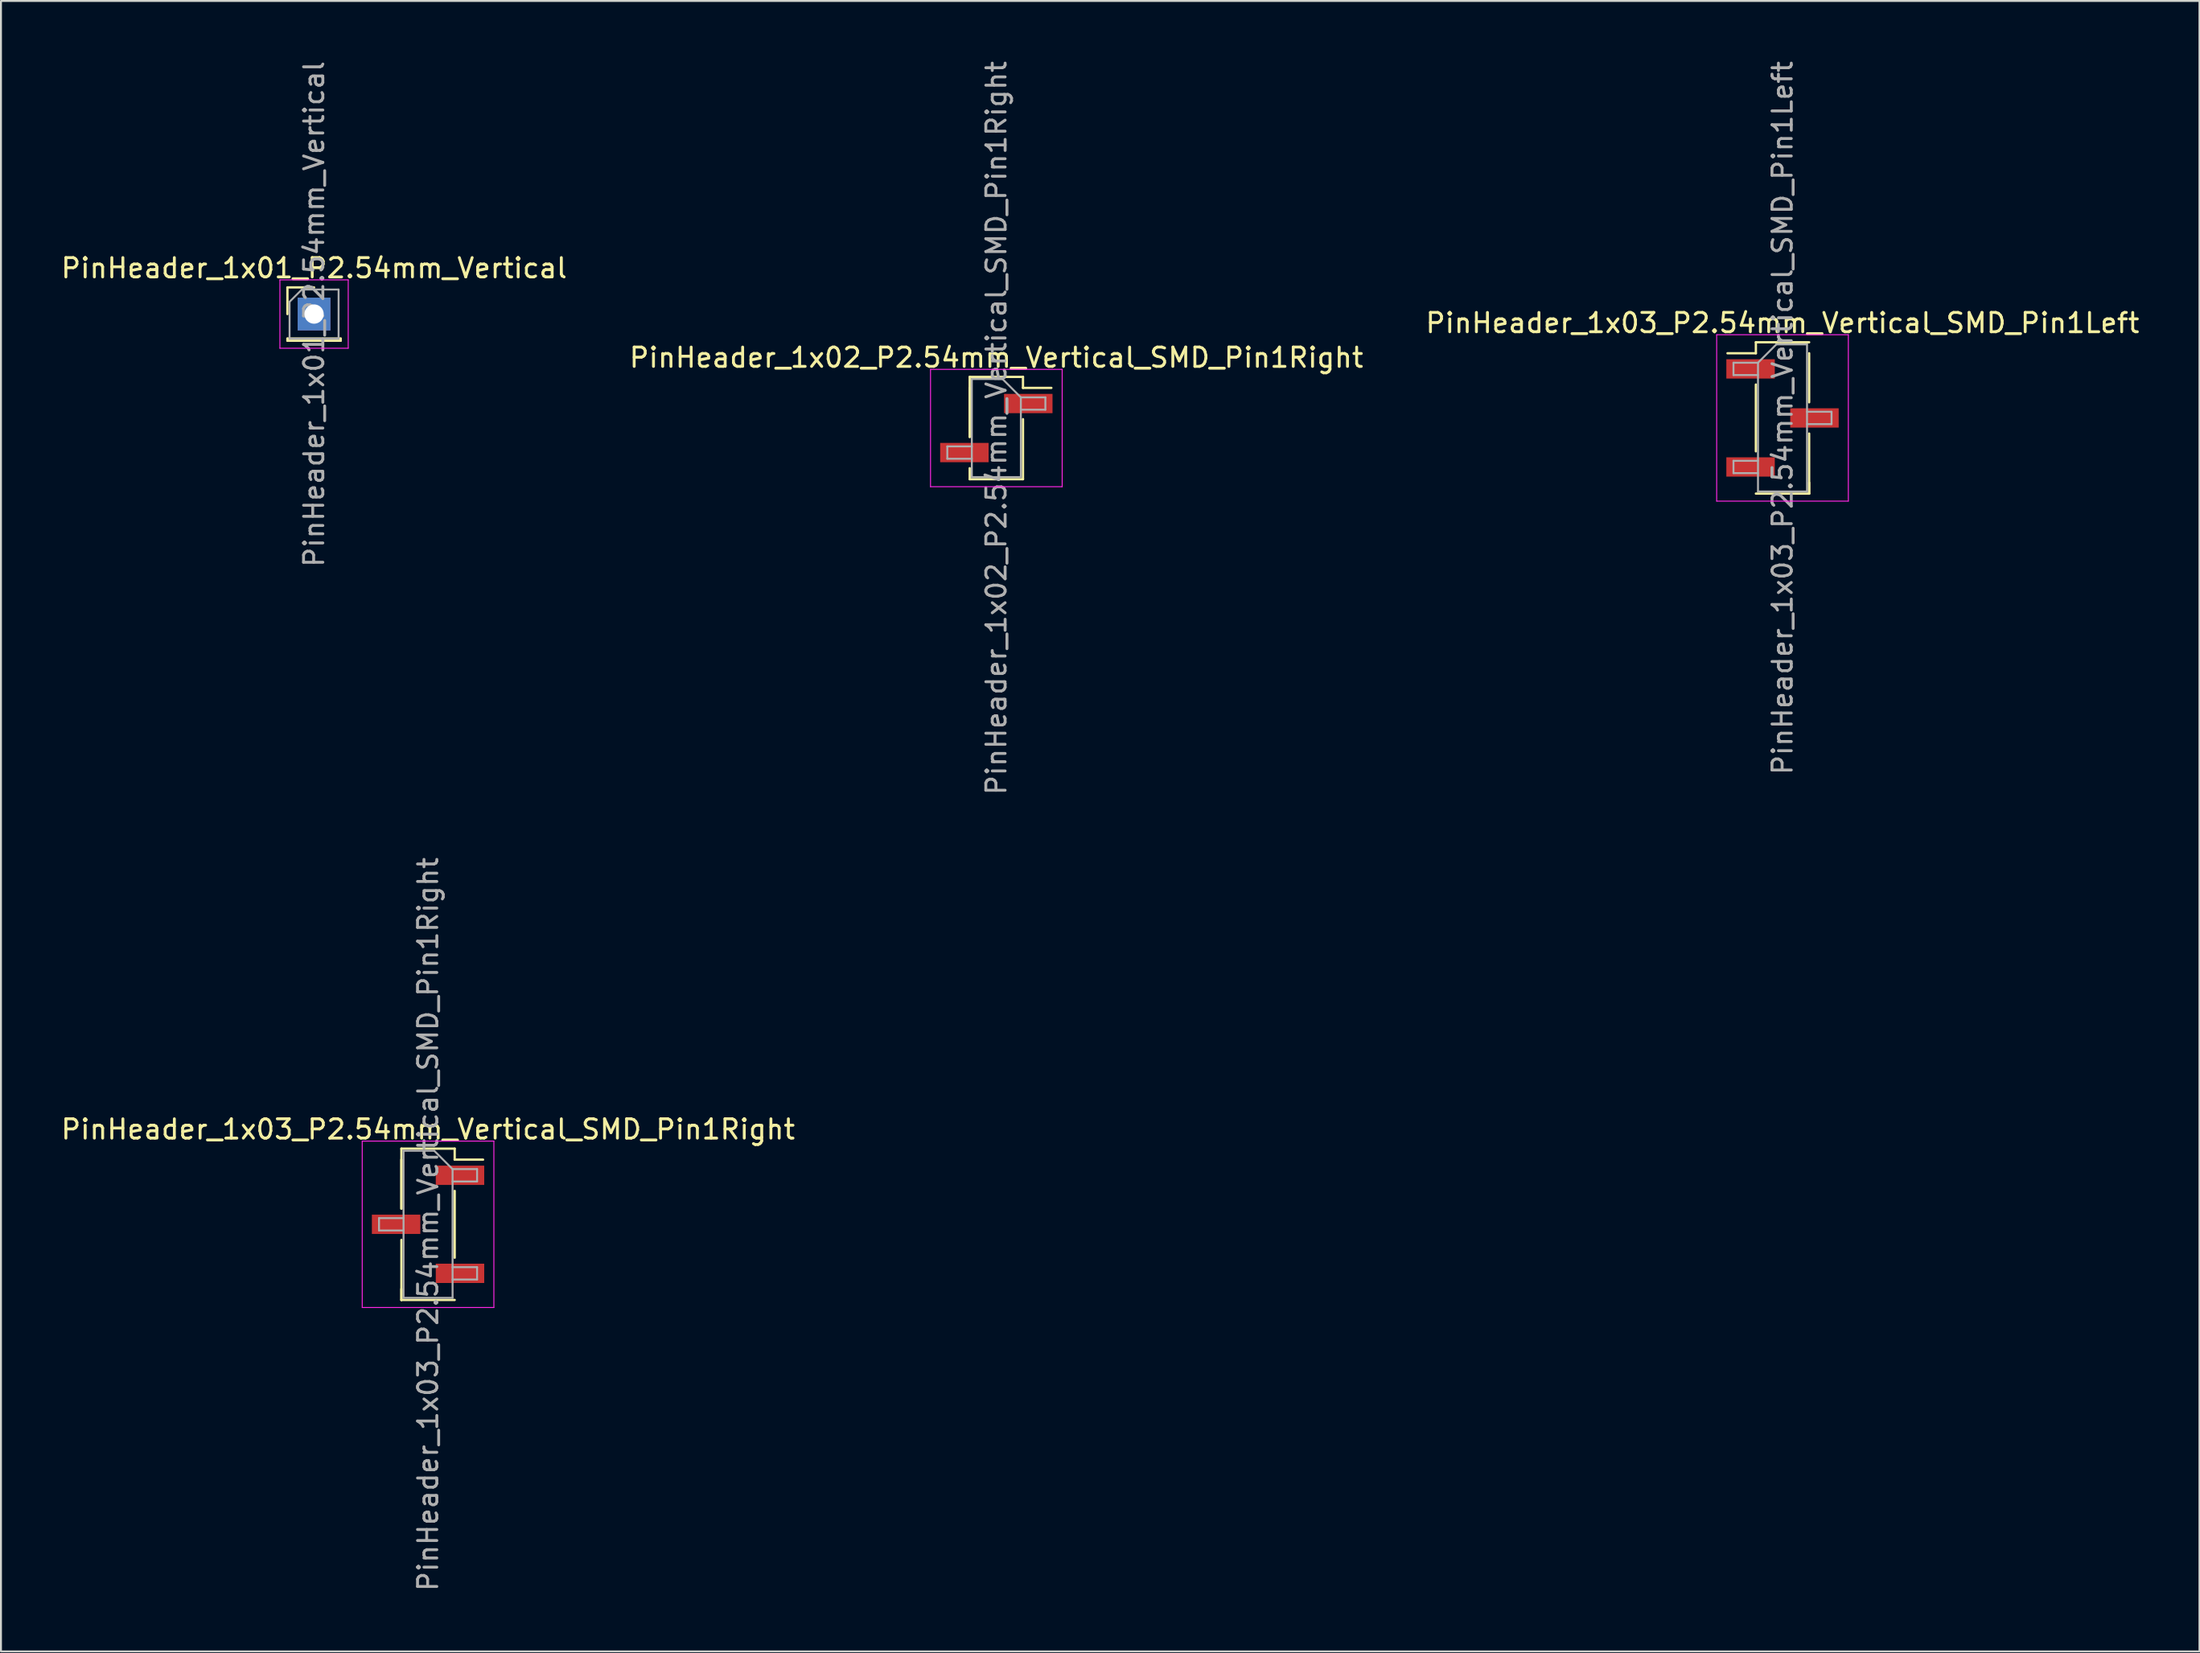
<source format=kicad_pcb>
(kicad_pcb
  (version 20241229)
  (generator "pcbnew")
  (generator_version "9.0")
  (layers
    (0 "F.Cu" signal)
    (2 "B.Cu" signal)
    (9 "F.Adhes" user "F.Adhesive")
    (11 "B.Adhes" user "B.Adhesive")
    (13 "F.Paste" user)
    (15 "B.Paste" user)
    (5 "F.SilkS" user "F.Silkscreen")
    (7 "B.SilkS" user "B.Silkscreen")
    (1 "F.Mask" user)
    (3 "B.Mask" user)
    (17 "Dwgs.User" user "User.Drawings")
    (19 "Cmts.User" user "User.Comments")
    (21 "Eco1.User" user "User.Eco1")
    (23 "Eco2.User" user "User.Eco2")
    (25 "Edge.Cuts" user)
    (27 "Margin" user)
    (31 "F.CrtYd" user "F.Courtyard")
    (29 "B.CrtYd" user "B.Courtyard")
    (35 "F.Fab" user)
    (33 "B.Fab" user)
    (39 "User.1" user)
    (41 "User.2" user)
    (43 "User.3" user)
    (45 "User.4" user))
  (footprint "PinHeader_1x03_P2.54mm_Vertical_SMD_Pin1Right"
    (layer "F.Cu")
    (at 19.125 60.375)
    (property "Reference" "PinHeader_1x03_P2.54mm_Vertical_SMD_Pin1Right" (at 0 -4.92 0) (layer "F.SilkS") (effects (font (size 1 1) (thickness 0.15))))
    (attr smd)
    (fp_line (start -1.38 -3.92) (end -1.38 -0.81) (stroke (width 0.12) (type solid)) (layer "F.SilkS"))
    (fp_line (start -1.38 -3.92) (end 1.38 -3.92) (stroke (width 0.12) (type solid)) (layer "F.SilkS"))
    (fp_line (start -1.38 -3.35) (end -1.38 -0.81) (stroke (width 0.12) (type solid)) (layer "F.SilkS"))
    (fp_line (start -1.38 0.81) (end -1.38 3.92) (stroke (width 0.12) (type solid)) (layer "F.SilkS"))
    (fp_line (start -1.38 3.35) (end -1.38 3.92) (stroke (width 0.12) (type solid)) (layer "F.SilkS"))
    (fp_line (start -1.38 3.92) (end 1.38 3.92) (stroke (width 0.12) (type solid)) (layer "F.SilkS"))
    (fp_line (start 1.38 -3.92) (end 1.38 -3.35) (stroke (width 0.12) (type solid)) (layer "F.SilkS"))
    (fp_line (start 1.38 -3.35) (end 2.85 -3.35) (stroke (width 0.12) (type solid)) (layer "F.SilkS"))
    (fp_line (start 1.38 -1.73) (end 1.38 1.73) (stroke (width 0.12) (type solid)) (layer "F.SilkS"))
    (fp_line (start -3.41 -4.31) (end -3.41 4.31) (stroke (width 0.05) (type solid)) (layer "F.CrtYd"))
    (fp_line (start -3.41 4.31) (end 3.41 4.31) (stroke (width 0.05) (type solid)) (layer "F.CrtYd"))
    (fp_line (start 3.41 -4.31) (end -3.41 -4.31) (stroke (width 0.05) (type solid)) (layer "F.CrtYd"))
    (fp_line (start 3.41 4.31) (end 3.41 -4.31) (stroke (width 0.05) (type solid)) (layer "F.CrtYd"))
    (fp_line (start -2.54 -0.32) (end -2.54 0.32) (stroke (width 0.1) (type solid)) (layer "F.Fab"))
    (fp_line (start -2.54 0.32) (end -1.27 0.32) (stroke (width 0.1) (type solid)) (layer "F.Fab"))
    (fp_line (start -1.27 -3.81) (end -1.27 3.81) (stroke (width 0.1) (type solid)) (layer "F.Fab"))
    (fp_line (start -1.27 -3.81) (end 0.32 -3.81) (stroke (width 0.1) (type solid)) (layer "F.Fab"))
    (fp_line (start -1.27 -0.32) (end -2.54 -0.32) (stroke (width 0.1) (type solid)) (layer "F.Fab"))
    (fp_line (start 1.27 -2.86) (end 0.32 -3.81) (stroke (width 0.1) (type solid)) (layer "F.Fab"))
    (fp_line (start 1.27 -2.86) (end 2.54 -2.86) (stroke (width 0.1) (type solid)) (layer "F.Fab"))
    (fp_line (start 1.27 2.22) (end 2.54 2.22) (stroke (width 0.1) (type solid)) (layer "F.Fab"))
    (fp_line (start 1.27 3.81) (end -1.27 3.81) (stroke (width 0.1) (type solid)) (layer "F.Fab"))
    (fp_line (start 1.27 3.81) (end 1.27 -2.86) (stroke (width 0.1) (type solid)) (layer "F.Fab"))
    (fp_line (start 2.54 -2.86) (end 2.54 -2.22) (stroke (width 0.1) (type solid)) (layer "F.Fab"))
    (fp_line (start 2.54 -2.22) (end 1.27 -2.22) (stroke (width 0.1) (type solid)) (layer "F.Fab"))
    (fp_line (start 2.54 2.22) (end 2.54 2.86) (stroke (width 0.1) (type solid)) (layer "F.Fab"))
    (fp_line (start 2.54 2.86) (end 1.27 2.86) (stroke (width 0.1) (type solid)) (layer "F.Fab"))
    (fp_text user "${REFERENCE}" (at 0 0 90) (layer "F.Fab") (effects (font (size 1 1) (thickness 0.15))))
    (pad "1" smd rect (at 1.655 -2.54) (size 2.51 1) (layers "F.Cu" "F.Mask" "F.Paste"))
    (pad "2" smd rect (at -1.655 0) (size 2.51 1) (layers "F.Cu" "F.Mask" "F.Paste"))
    (pad "3" smd rect (at 1.655 2.54) (size 2.51 1) (layers "F.Cu" "F.Mask" "F.Paste")))
  (footprint "PinHeader_1x01_P2.54mm_Vertical"
    (layer "F.Cu")
    (at 13.22 13.22)
    (property "Reference" "PinHeader_1x01_P2.54mm_Vertical" (at 0 -2.38 0) (layer "F.SilkS") (effects (font (size 1 1) (thickness 0.15))))
    (attr through_hole)
    (fp_line (start -1.38 -1.38) (end 0 -1.38) (stroke (width 0.12) (type solid)) (layer "F.SilkS"))
    (fp_line (start -1.38 0) (end -1.38 -1.38) (stroke (width 0.12) (type solid)) (layer "F.SilkS"))
    (fp_line (start -1.38 1.27) (end -1.38 1.38) (stroke (width 0.12) (type solid)) (layer "F.SilkS"))
    (fp_line (start -1.38 1.27) (end 1.38 1.27) (stroke (width 0.12) (type solid)) (layer "F.SilkS"))
    (fp_line (start -1.38 1.38) (end 1.38 1.38) (stroke (width 0.12) (type solid)) (layer "F.SilkS"))
    (fp_line (start 1.38 1.27) (end 1.38 1.38) (stroke (width 0.12) (type solid)) (layer "F.SilkS"))
    (fp_line (start -1.77 -1.77) (end -1.77 1.77) (stroke (width 0.05) (type solid)) (layer "F.CrtYd"))
    (fp_line (start -1.77 1.77) (end 1.77 1.77) (stroke (width 0.05) (type solid)) (layer "F.CrtYd"))
    (fp_line (start 1.77 -1.77) (end -1.77 -1.77) (stroke (width 0.05) (type solid)) (layer "F.CrtYd"))
    (fp_line (start 1.77 1.77) (end 1.77 -1.77) (stroke (width 0.05) (type solid)) (layer "F.CrtYd"))
    (fp_line (start -1.27 -0.635) (end -0.635 -1.27) (stroke (width 0.1) (type solid)) (layer "F.Fab"))
    (fp_line (start -1.27 1.27) (end -1.27 -0.635) (stroke (width 0.1) (type solid)) (layer "F.Fab"))
    (fp_line (start -0.635 -1.27) (end 1.27 -1.27) (stroke (width 0.1) (type solid)) (layer "F.Fab"))
    (fp_line (start 1.27 -1.27) (end 1.27 1.27) (stroke (width 0.1) (type solid)) (layer "F.Fab"))
    (fp_line (start 1.27 1.27) (end -1.27 1.27) (stroke (width 0.1) (type solid)) (layer "F.Fab"))
    (fp_text user "${REFERENCE}" (at 0 0 90) (layer "F.Fab") (effects (font (size 1 1) (thickness 0.15))))
    (pad "1" thru_hole rect (at 0 0) (size 1.7 1.7) (drill 1) (layers "*.Cu" "*.Mask")))
  (footprint "PinHeader_1x02_P2.54mm_Vertical_SMD_Pin1Right"
    (layer "F.Cu")
    (at 48.565 19.125)
    (property "Reference" "PinHeader_1x02_P2.54mm_Vertical_SMD_Pin1Right" (at 0 -3.65 0) (layer "F.SilkS") (effects (font (size 1 1) (thickness 0.15))))
    (attr smd)
    (fp_line (start -1.38 -2.65) (end -1.38 0.46) (stroke (width 0.12) (type solid)) (layer "F.SilkS"))
    (fp_line (start -1.38 -2.65) (end 1.38 -2.65) (stroke (width 0.12) (type solid)) (layer "F.SilkS"))
    (fp_line (start -1.38 -2.08) (end -1.38 0.46) (stroke (width 0.12) (type solid)) (layer "F.SilkS"))
    (fp_line (start -1.38 2.08) (end -1.38 2.65) (stroke (width 0.12) (type solid)) (layer "F.SilkS"))
    (fp_line (start -1.38 2.65) (end 1.38 2.65) (stroke (width 0.12) (type solid)) (layer "F.SilkS"))
    (fp_line (start 1.38 -2.65) (end 1.38 -2.08) (stroke (width 0.12) (type solid)) (layer "F.SilkS"))
    (fp_line (start 1.38 -2.08) (end 2.85 -2.08) (stroke (width 0.12) (type solid)) (layer "F.SilkS"))
    (fp_line (start 1.38 -0.46) (end 1.38 2.65) (stroke (width 0.12) (type solid)) (layer "F.SilkS"))
    (fp_line (start -3.41 -3.04) (end -3.41 3.04) (stroke (width 0.05) (type solid)) (layer "F.CrtYd"))
    (fp_line (start -3.41 3.04) (end 3.41 3.04) (stroke (width 0.05) (type solid)) (layer "F.CrtYd"))
    (fp_line (start 3.41 -3.04) (end -3.41 -3.04) (stroke (width 0.05) (type solid)) (layer "F.CrtYd"))
    (fp_line (start 3.41 3.04) (end 3.41 -3.04) (stroke (width 0.05) (type solid)) (layer "F.CrtYd"))
    (fp_line (start -2.54 0.95) (end -2.54 1.59) (stroke (width 0.1) (type solid)) (layer "F.Fab"))
    (fp_line (start -2.54 1.59) (end -1.27 1.59) (stroke (width 0.1) (type solid)) (layer "F.Fab"))
    (fp_line (start -1.27 -2.54) (end -1.27 2.54) (stroke (width 0.1) (type solid)) (layer "F.Fab"))
    (fp_line (start -1.27 -2.54) (end 0.32 -2.54) (stroke (width 0.1) (type solid)) (layer "F.Fab"))
    (fp_line (start -1.27 0.95) (end -2.54 0.95) (stroke (width 0.1) (type solid)) (layer "F.Fab"))
    (fp_line (start 1.27 -1.59) (end 0.32 -2.54) (stroke (width 0.1) (type solid)) (layer "F.Fab"))
    (fp_line (start 1.27 -1.59) (end 2.54 -1.59) (stroke (width 0.1) (type solid)) (layer "F.Fab"))
    (fp_line (start 1.27 2.54) (end -1.27 2.54) (stroke (width 0.1) (type solid)) (layer "F.Fab"))
    (fp_line (start 1.27 2.54) (end 1.27 -1.59) (stroke (width 0.1) (type solid)) (layer "F.Fab"))
    (fp_line (start 2.54 -1.59) (end 2.54 -0.95) (stroke (width 0.1) (type solid)) (layer "F.Fab"))
    (fp_line (start 2.54 -0.95) (end 1.27 -0.95) (stroke (width 0.1) (type solid)) (layer "F.Fab"))
    (fp_text user "${REFERENCE}" (at 0 0 90) (layer "F.Fab") (effects (font (size 1 1) (thickness 0.15))))
    (pad "1" smd rect (at 1.655 -1.27) (size 2.51 1) (layers "F.Cu" "F.Mask" "F.Paste"))
    (pad "2" smd rect (at -1.655 1.27) (size 2.51 1) (layers "F.Cu" "F.Mask" "F.Paste")))
  (footprint "PinHeader_1x03_P2.54mm_Vertical_SMD_Pin1Left"
    (layer "F.Cu")
    (at 89.292 18.601)
    (property "Reference" "PinHeader_1x03_P2.54mm_Vertical_SMD_Pin1Left" (at 0 -4.92 0) (layer "F.SilkS") (effects (font (size 1 1) (thickness 0.15))))
    (attr smd)
    (fp_line (start -1.38 -3.92) (end -1.38 -3.35) (stroke (width 0.12) (type solid)) (layer "F.SilkS"))
    (fp_line (start -1.38 -3.92) (end 1.38 -3.92) (stroke (width 0.12) (type solid)) (layer "F.SilkS"))
    (fp_line (start -1.38 -3.35) (end -2.85 -3.35) (stroke (width 0.12) (type solid)) (layer "F.SilkS"))
    (fp_line (start -1.38 -1.73) (end -1.38 1.73) (stroke (width 0.12) (type solid)) (layer "F.SilkS"))
    (fp_line (start -1.38 3.92) (end 1.38 3.92) (stroke (width 0.12) (type solid)) (layer "F.SilkS"))
    (fp_line (start 1.38 -3.35) (end 1.38 -0.81) (stroke (width 0.12) (type solid)) (layer "F.SilkS"))
    (fp_line (start 1.38 0.81) (end 1.38 3.92) (stroke (width 0.12) (type solid)) (layer "F.SilkS"))
    (fp_line (start 1.38 3.35) (end 1.38 3.92) (stroke (width 0.12) (type solid)) (layer "F.SilkS"))
    (fp_line (start -3.41 -4.31) (end -3.41 4.31) (stroke (width 0.05) (type solid)) (layer "F.CrtYd"))
    (fp_line (start -3.41 4.31) (end 3.41 4.31) (stroke (width 0.05) (type solid)) (layer "F.CrtYd"))
    (fp_line (start 3.41 -4.31) (end -3.41 -4.31) (stroke (width 0.05) (type solid)) (layer "F.CrtYd"))
    (fp_line (start 3.41 4.31) (end 3.41 -4.31) (stroke (width 0.05) (type solid)) (layer "F.CrtYd"))
    (fp_line (start -2.54 -2.86) (end -2.54 -2.22) (stroke (width 0.1) (type solid)) (layer "F.Fab"))
    (fp_line (start -2.54 -2.22) (end -1.27 -2.22) (stroke (width 0.1) (type solid)) (layer "F.Fab"))
    (fp_line (start -2.54 2.22) (end -2.54 2.86) (stroke (width 0.1) (type solid)) (layer "F.Fab"))
    (fp_line (start -2.54 2.86) (end -1.27 2.86) (stroke (width 0.1) (type solid)) (layer "F.Fab"))
    (fp_line (start -1.27 -2.86) (end -2.54 -2.86) (stroke (width 0.1) (type solid)) (layer "F.Fab"))
    (fp_line (start -1.27 -2.86) (end -0.32 -3.81) (stroke (width 0.1) (type solid)) (layer "F.Fab"))
    (fp_line (start -1.27 2.22) (end -2.54 2.22) (stroke (width 0.1) (type solid)) (layer "F.Fab"))
    (fp_line (start -1.27 3.81) (end -1.27 -2.86) (stroke (width 0.1) (type solid)) (layer "F.Fab"))
    (fp_line (start -0.32 -3.81) (end 1.27 -3.81) (stroke (width 0.1) (type solid)) (layer "F.Fab"))
    (fp_line (start 1.27 -3.81) (end 1.27 3.81) (stroke (width 0.1) (type solid)) (layer "F.Fab"))
    (fp_line (start 1.27 -0.32) (end 2.54 -0.32) (stroke (width 0.1) (type solid)) (layer "F.Fab"))
    (fp_line (start 1.27 3.81) (end -1.27 3.81) (stroke (width 0.1) (type solid)) (layer "F.Fab"))
    (fp_line (start 2.54 -0.32) (end 2.54 0.32) (stroke (width 0.1) (type solid)) (layer "F.Fab"))
    (fp_line (start 2.54 0.32) (end 1.27 0.32) (stroke (width 0.1) (type solid)) (layer "F.Fab"))
    (fp_text user "${REFERENCE}" (at 0 0 90) (layer "F.Fab") (effects (font (size 1 1) (thickness 0.15))))
    (pad "1" smd rect (at -1.655 -2.54) (size 2.51 1) (layers "F.Cu" "F.Mask" "F.Paste"))
    (pad "2" smd rect (at 1.655 0) (size 2.51 1) (layers "F.Cu" "F.Mask" "F.Paste"))
    (pad "3" smd rect (at -1.655 2.54) (size 2.51 1) (layers "F.Cu" "F.Mask" "F.Paste")))
  (gr_rect
    (start -3 -3)
    (end 110.893 82.5)
    (stroke (width 0.1) (type default))
    (fill no)
    (layer "Edge.Cuts")))
</source>
